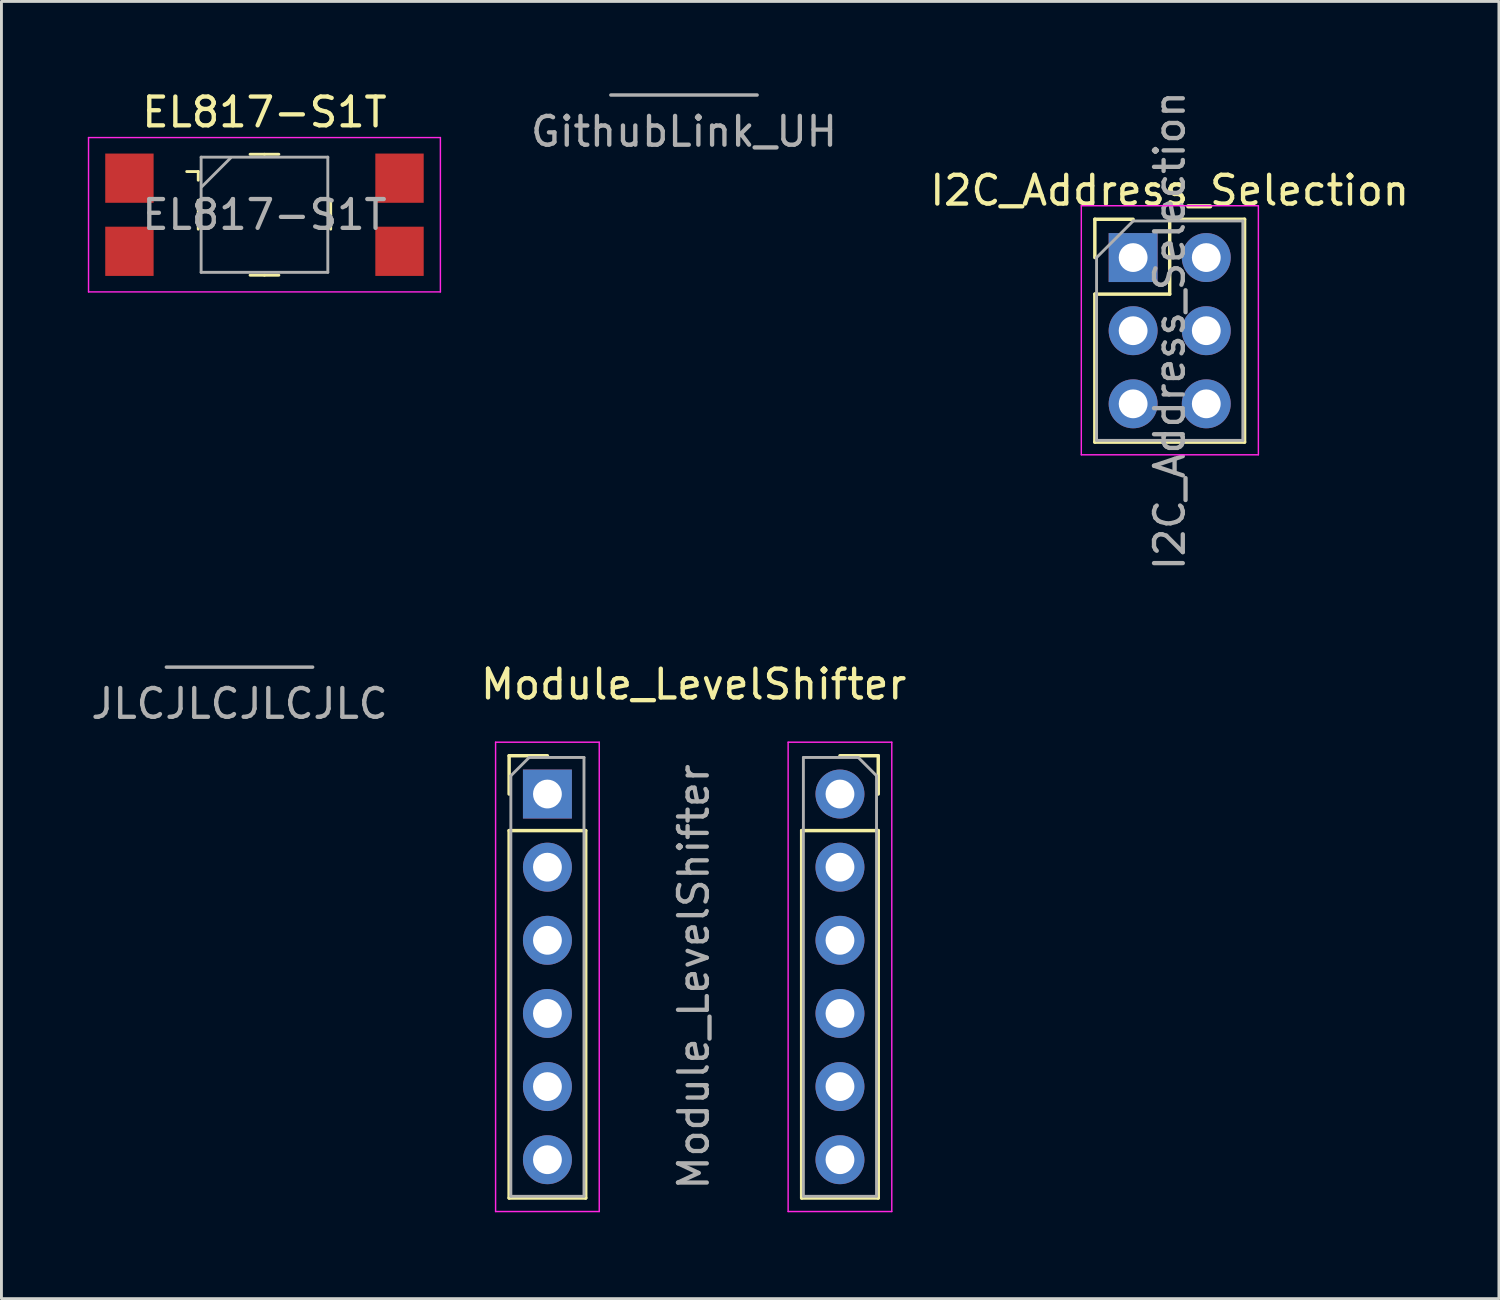
<source format=kicad_pcb>
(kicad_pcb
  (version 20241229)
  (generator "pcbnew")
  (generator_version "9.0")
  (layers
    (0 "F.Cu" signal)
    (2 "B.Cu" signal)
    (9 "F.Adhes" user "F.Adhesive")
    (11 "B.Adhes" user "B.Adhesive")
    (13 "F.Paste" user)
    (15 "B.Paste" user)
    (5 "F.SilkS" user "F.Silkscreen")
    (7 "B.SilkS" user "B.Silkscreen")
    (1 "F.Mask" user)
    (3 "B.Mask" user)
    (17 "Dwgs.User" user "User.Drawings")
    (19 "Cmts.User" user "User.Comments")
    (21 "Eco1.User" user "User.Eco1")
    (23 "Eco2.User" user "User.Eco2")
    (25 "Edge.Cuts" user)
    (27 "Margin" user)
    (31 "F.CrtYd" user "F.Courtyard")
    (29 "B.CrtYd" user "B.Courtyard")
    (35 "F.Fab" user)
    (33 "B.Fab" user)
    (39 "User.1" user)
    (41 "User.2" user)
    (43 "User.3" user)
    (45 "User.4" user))
  (footprint "I2C_Address_Selection"
    (layer "F.Cu")
    (at 36.304 5.895)
    (property "Reference" "I2C_Address_Selection" (at 1.27 -2.33 0) (layer "F.SilkS") (effects (font (size 1 1) (thickness 0.15))))
    (attr through_hole)
    (fp_line (start -1.33 -1.33) (end 0 -1.33) (stroke (width 0.12) (type solid)) (layer "F.SilkS"))
    (fp_line (start -1.33 0) (end -1.33 -1.33) (stroke (width 0.12) (type solid)) (layer "F.SilkS"))
    (fp_line (start -1.33 1.27) (end -1.33 6.41) (stroke (width 0.12) (type solid)) (layer "F.SilkS"))
    (fp_line (start -1.33 1.27) (end 1.27 1.27) (stroke (width 0.12) (type solid)) (layer "F.SilkS"))
    (fp_line (start -1.33 6.41) (end 3.87 6.41) (stroke (width 0.12) (type solid)) (layer "F.SilkS"))
    (fp_line (start 1.27 -1.33) (end 3.87 -1.33) (stroke (width 0.12) (type solid)) (layer "F.SilkS"))
    (fp_line (start 1.27 1.27) (end 1.27 -1.33) (stroke (width 0.12) (type solid)) (layer "F.SilkS"))
    (fp_line (start 3.87 -1.33) (end 3.87 6.41) (stroke (width 0.12) (type solid)) (layer "F.SilkS"))
    (fp_line (start -1.8 -1.8) (end -1.8 6.85) (stroke (width 0.05) (type solid)) (layer "F.CrtYd"))
    (fp_line (start -1.8 6.85) (end 4.35 6.85) (stroke (width 0.05) (type solid)) (layer "F.CrtYd"))
    (fp_line (start 4.35 -1.8) (end -1.8 -1.8) (stroke (width 0.05) (type solid)) (layer "F.CrtYd"))
    (fp_line (start 4.35 6.85) (end 4.35 -1.8) (stroke (width 0.05) (type solid)) (layer "F.CrtYd"))
    (fp_line (start -1.27 0) (end 0 -1.27) (stroke (width 0.1) (type solid)) (layer "F.Fab"))
    (fp_line (start -1.27 6.35) (end -1.27 0) (stroke (width 0.1) (type solid)) (layer "F.Fab"))
    (fp_line (start 0 -1.27) (end 3.81 -1.27) (stroke (width 0.1) (type solid)) (layer "F.Fab"))
    (fp_line (start 3.81 -1.27) (end 3.81 6.35) (stroke (width 0.1) (type solid)) (layer "F.Fab"))
    (fp_line (start 3.81 6.35) (end -1.27 6.35) (stroke (width 0.1) (type solid)) (layer "F.Fab"))
    (fp_text user "${REFERENCE}" (at 1.27 2.54 90) (layer "F.Fab") (effects (font (size 1 1) (thickness 0.15))))
    (pad "1" thru_hole rect (at 0 0) (size 1.7 1.7) (drill 1) (layers "*.Cu" "*.Mask"))
    (pad "2" thru_hole oval (at 2.54 0) (size 1.7 1.7) (drill 1) (layers "*.Cu" "*.Mask"))
    (pad "3" thru_hole oval (at 0 2.54) (size 1.7 1.7) (drill 1) (layers "*.Cu" "*.Mask"))
    (pad "4" thru_hole oval (at 2.54 2.54) (size 1.7 1.7) (drill 1) (layers "*.Cu" "*.Mask"))
    (pad "5" thru_hole oval (at 0 5.08) (size 1.7 1.7) (drill 1) (layers "*.Cu" "*.Mask"))
    (pad "6" thru_hole oval (at 2.54 5.08) (size 1.7 1.7) (drill 1) (layers "*.Cu" "*.Mask")))
  (footprint "Module_LevelShifter"
    (layer "F.Cu")
    (at 21.042 30.877)
    (property "Reference" "Module_LevelShifter" (at 0 -10.16 0) (layer "F.SilkS") (effects (font (size 1 1) (thickness 0.15))))
    (attr through_hole)
    (fp_line (start -6.41 -7.68) (end -5.08 -7.68) (stroke (width 0.12) (type solid)) (layer "F.SilkS"))
    (fp_line (start -6.41 -6.35) (end -6.41 -7.68) (stroke (width 0.12) (type solid)) (layer "F.SilkS"))
    (fp_line (start -6.41 -5.08) (end -6.41 7.68) (stroke (width 0.12) (type solid)) (layer "F.SilkS"))
    (fp_line (start -6.41 -5.08) (end -3.75 -5.08) (stroke (width 0.12) (type solid)) (layer "F.SilkS"))
    (fp_line (start -6.41 7.68) (end -3.75 7.68) (stroke (width 0.12) (type solid)) (layer "F.SilkS"))
    (fp_line (start -3.75 -5.08) (end -3.75 7.68) (stroke (width 0.12) (type solid)) (layer "F.SilkS"))
    (fp_line (start 3.75 -5.08) (end 3.75 7.68) (stroke (width 0.12) (type solid)) (layer "F.SilkS"))
    (fp_line (start 6.41 -7.68) (end 5.08 -7.68) (stroke (width 0.12) (type solid)) (layer "F.SilkS"))
    (fp_line (start 6.41 -6.35) (end 6.41 -7.68) (stroke (width 0.12) (type solid)) (layer "F.SilkS"))
    (fp_line (start 6.41 -5.08) (end 3.75 -5.08) (stroke (width 0.12) (type solid)) (layer "F.SilkS"))
    (fp_line (start 6.41 -5.08) (end 6.41 7.68) (stroke (width 0.12) (type solid)) (layer "F.SilkS"))
    (fp_line (start 6.41 7.68) (end 3.75 7.68) (stroke (width 0.12) (type solid)) (layer "F.SilkS"))
    (fp_line (start -6.88 -8.15) (end -6.88 8.15) (stroke (width 0.05) (type solid)) (layer "F.CrtYd"))
    (fp_line (start -6.88 8.15) (end -3.28 8.15) (stroke (width 0.05) (type solid)) (layer "F.CrtYd"))
    (fp_line (start -3.28 -8.15) (end -6.88 -8.15) (stroke (width 0.05) (type solid)) (layer "F.CrtYd"))
    (fp_line (start -3.28 8.15) (end -3.28 -8.15) (stroke (width 0.05) (type solid)) (layer "F.CrtYd"))
    (fp_line (start 3.28 -8.15) (end 6.88 -8.15) (stroke (width 0.05) (type solid)) (layer "F.CrtYd"))
    (fp_line (start 3.28 8.15) (end 3.28 -8.15) (stroke (width 0.05) (type solid)) (layer "F.CrtYd"))
    (fp_line (start 6.88 -8.15) (end 6.88 8.15) (stroke (width 0.05) (type solid)) (layer "F.CrtYd"))
    (fp_line (start 6.88 8.15) (end 3.28 8.15) (stroke (width 0.05) (type solid)) (layer "F.CrtYd"))
    (fp_line (start -6.35 -6.985) (end -5.715 -7.62) (stroke (width 0.1) (type solid)) (layer "F.Fab"))
    (fp_line (start -6.35 7.62) (end -6.35 -6.985) (stroke (width 0.1) (type solid)) (layer "F.Fab"))
    (fp_line (start -5.715 -7.62) (end -3.81 -7.62) (stroke (width 0.1) (type solid)) (layer "F.Fab"))
    (fp_line (start -3.81 -7.62) (end -3.81 7.62) (stroke (width 0.1) (type solid)) (layer "F.Fab"))
    (fp_line (start -3.81 7.62) (end -6.35 7.62) (stroke (width 0.1) (type solid)) (layer "F.Fab"))
    (fp_line (start 3.81 -7.62) (end 3.81 7.62) (stroke (width 0.1) (type solid)) (layer "F.Fab"))
    (fp_line (start 3.81 7.62) (end 6.35 7.62) (stroke (width 0.1) (type solid)) (layer "F.Fab"))
    (fp_line (start 5.715 -7.62) (end 3.81 -7.62) (stroke (width 0.1) (type solid)) (layer "F.Fab"))
    (fp_line (start 6.35 -6.985) (end 5.715 -7.62) (stroke (width 0.1) (type solid)) (layer "F.Fab"))
    (fp_line (start 6.35 7.62) (end 6.35 -6.985) (stroke (width 0.1) (type solid)) (layer "F.Fab"))
    (fp_text user "${REFERENCE}" (at 0 0 90) (layer "F.Fab") (effects (font (size 1 1) (thickness 0.15))))
    (pad "1" thru_hole rect (at -5.08 -6.35) (size 1.7 1.7) (drill 1) (layers "*.Cu" "*.Mask"))
    (pad "2" thru_hole oval (at -5.08 -3.81) (size 1.7 1.7) (drill 1) (layers "*.Cu" "*.Mask"))
    (pad "3" thru_hole oval (at -5.08 -1.27) (size 1.7 1.7) (drill 1) (layers "*.Cu" "*.Mask"))
    (pad "4" thru_hole oval (at -5.08 1.27) (size 1.7 1.7) (drill 1) (layers "*.Cu" "*.Mask"))
    (pad "5" thru_hole oval (at -5.08 3.81) (size 1.7 1.7) (drill 1) (layers "*.Cu" "*.Mask"))
    (pad "6" thru_hole oval (at -5.08 6.35) (size 1.7 1.7) (drill 1) (layers "*.Cu" "*.Mask"))
    (pad "7" thru_hole circle (at 5.08 -6.35) (size 1.7 1.7) (drill 1) (layers "*.Cu" "*.Mask"))
    (pad "8" thru_hole oval (at 5.08 -3.81) (size 1.7 1.7) (drill 1) (layers "*.Cu" "*.Mask"))
    (pad "9" thru_hole oval (at 5.08 -1.27) (size 1.7 1.7) (drill 1) (layers "*.Cu" "*.Mask"))
    (pad "10" thru_hole oval (at 5.08 1.27) (size 1.7 1.7) (drill 1) (layers "*.Cu" "*.Mask"))
    (pad "11" thru_hole oval (at 5.08 3.81) (size 1.7 1.7) (drill 1) (layers "*.Cu" "*.Mask"))
    (pad "12" thru_hole oval (at 5.08 6.35) (size 1.7 1.7) (drill 1) (layers "*.Cu" "*.Mask")))
  (footprint "GithubLink_UH"
    (layer "F.Cu")
    (at 20.705 0.25)
    (property "Reference" "GithubLink_UH" (at 0 1.27 0) (unlocked yes) (layer "F.Fab") (effects (font (size 1 1) (thickness 0.15))))
    (fp_line (start -2.54 0) (end 2.54 0) (stroke (width 0.12) (type solid)) (layer "F.Fab")))
  (footprint "EL817-S1T"
    (layer "F.Cu")
    (at 6.135 4.408)
    (property "Reference" "EL817-S1T" (at 0 -3.56 0) (layer "F.SilkS") (effects (font (size 1 1) (thickness 0.15))))
    (attr smd)
    (fp_line (start -2.7 -1.5) (end -2.3 -1.5) (stroke (width 0.1) (type solid)) (layer "F.SilkS"))
    (fp_line (start -2.3 -1.5) (end -2.3 -1.2) (stroke (width 0.1) (type solid)) (layer "F.SilkS"))
    (fp_line (start -2.3 0) (end -2.3 -0.5) (stroke (width 0.1) (type solid)) (layer "F.SilkS"))
    (fp_line (start -2.3 0) (end -2.3 0.5) (stroke (width 0.1) (type solid)) (layer "F.SilkS"))
    (fp_line (start 0 -2.1) (end -0.5 -2.1) (stroke (width 0.1) (type solid)) (layer "F.SilkS"))
    (fp_line (start 0 -2.1) (end 0.5 -2.1) (stroke (width 0.1) (type solid)) (layer "F.SilkS"))
    (fp_line (start 0 2.1) (end -0.5 2.1) (stroke (width 0.1) (type solid)) (layer "F.SilkS"))
    (fp_line (start 0 2.1) (end 0.5 2.1) (stroke (width 0.1) (type solid)) (layer "F.SilkS"))
    (fp_line (start 2.3 0) (end 2.3 -0.5) (stroke (width 0.1) (type solid)) (layer "F.SilkS"))
    (fp_line (start 2.3 0) (end 2.3 0.5) (stroke (width 0.1) (type solid)) (layer "F.SilkS"))
    (fp_line (start -6.11 -2.68) (end -6.11 2.68) (stroke (width 0.05) (type solid)) (layer "F.CrtYd"))
    (fp_line (start 6.11 -2.68) (end -6.11 -2.68) (stroke (width 0.05) (type solid)) (layer "F.CrtYd"))
    (fp_line (start 6.11 -2.68) (end 6.11 2.68) (stroke (width 0.05) (type solid)) (layer "F.CrtYd"))
    (fp_line (start 6.11 2.68) (end -6.11 2.68) (stroke (width 0.05) (type solid)) (layer "F.CrtYd"))
    (fp_line (start -2.2 -2) (end -2.2 2) (stroke (width 0.1) (type solid)) (layer "F.Fab"))
    (fp_line (start -1.176 -1.973) (end -2.176 -0.973) (stroke (width 0.1) (type solid)) (layer "F.Fab"))
    (fp_line (start 2.2 -2) (end -2.2 -2) (stroke (width 0.1) (type solid)) (layer "F.Fab"))
    (fp_line (start 2.2 -2) (end 2.2 2) (stroke (width 0.1) (type solid)) (layer "F.Fab"))
    (fp_line (start 2.2 2) (end -2.2 2) (stroke (width 0.1) (type solid)) (layer "F.Fab"))
    (fp_text user "${REFERENCE}" (at 0 0 0) (layer "F.Fab") (effects (font (size 1 1) (thickness 0.15))))
    (pad "1" smd rect (at -4.69 -1.27) (size 1.68 1.71) (layers "F.Cu" "F.Mask" "F.Paste"))
    (pad "2" smd rect (at -4.69 1.27) (size 1.68 1.71) (layers "F.Cu" "F.Mask" "F.Paste"))
    (pad "3" smd rect (at 4.69 1.27) (size 1.68 1.71) (layers "F.Cu" "F.Mask" "F.Paste"))
    (pad "4" smd rect (at 4.69 -1.27) (size 1.68 1.71) (layers "F.Cu" "F.Mask" "F.Paste")))
  (footprint "JLCJLCJLCJLC"
    (layer "F.Cu")
    (at 5.268 20.119)
    (property "Reference" "JLCJLCJLCJLC" (at 0 1.27 0) (unlocked yes) (layer "F.Fab") (effects (font (size 1 1) (thickness 0.15))))
    (fp_line (start -2.54 0) (end 2.54 0) (stroke (width 0.12) (type solid)) (layer "F.Fab")))
  (gr_rect
    (start -3 -3)
    (end 49.008 42.052)
    (stroke (width 0.1) (type default))
    (fill no)
    (layer "Edge.Cuts")))
</source>
